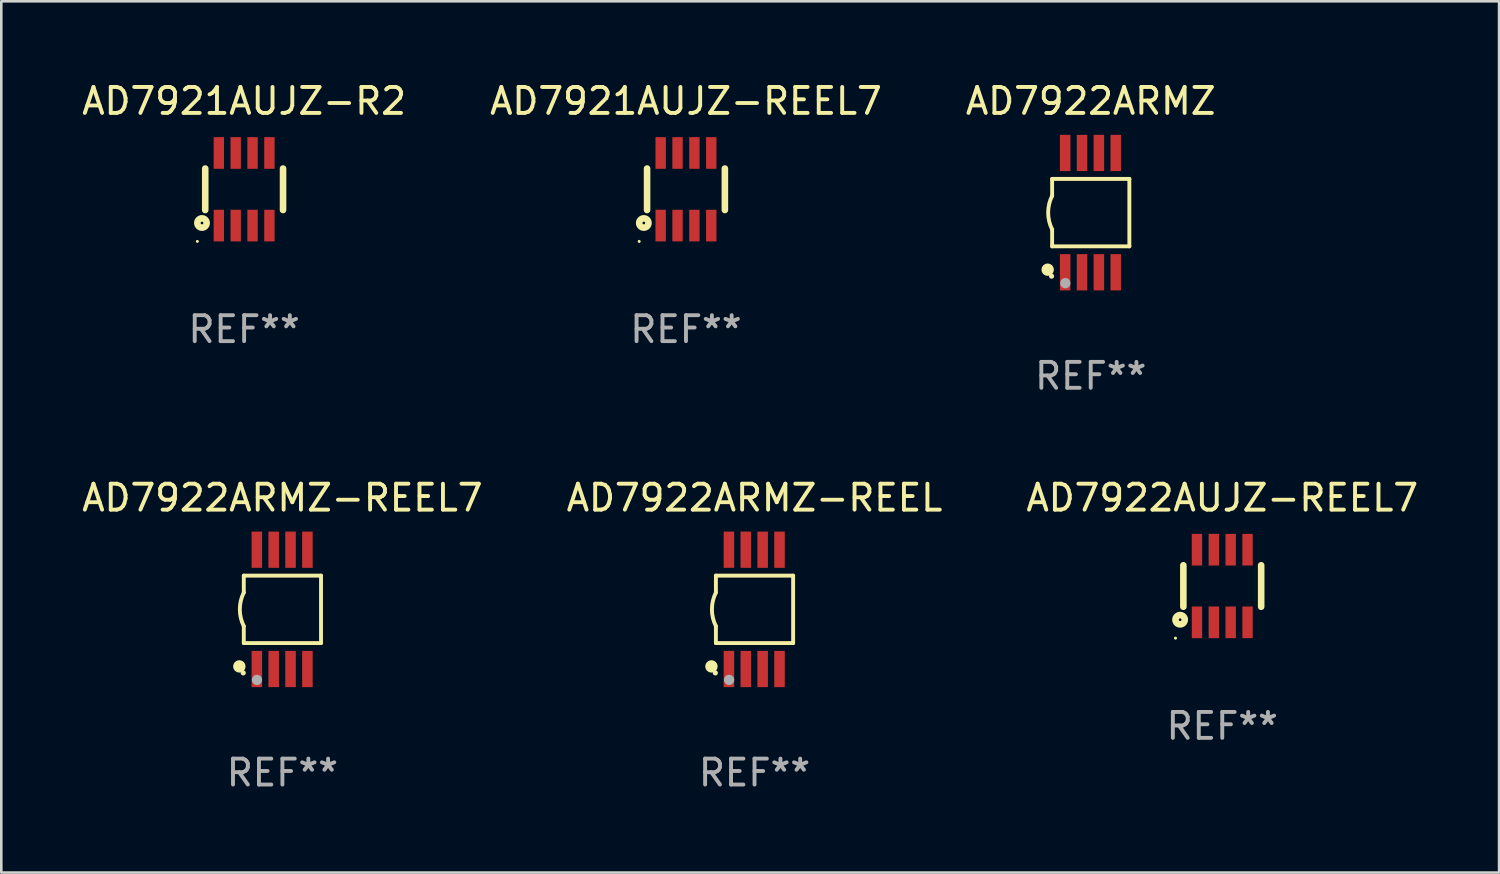
<source format=kicad_pcb>
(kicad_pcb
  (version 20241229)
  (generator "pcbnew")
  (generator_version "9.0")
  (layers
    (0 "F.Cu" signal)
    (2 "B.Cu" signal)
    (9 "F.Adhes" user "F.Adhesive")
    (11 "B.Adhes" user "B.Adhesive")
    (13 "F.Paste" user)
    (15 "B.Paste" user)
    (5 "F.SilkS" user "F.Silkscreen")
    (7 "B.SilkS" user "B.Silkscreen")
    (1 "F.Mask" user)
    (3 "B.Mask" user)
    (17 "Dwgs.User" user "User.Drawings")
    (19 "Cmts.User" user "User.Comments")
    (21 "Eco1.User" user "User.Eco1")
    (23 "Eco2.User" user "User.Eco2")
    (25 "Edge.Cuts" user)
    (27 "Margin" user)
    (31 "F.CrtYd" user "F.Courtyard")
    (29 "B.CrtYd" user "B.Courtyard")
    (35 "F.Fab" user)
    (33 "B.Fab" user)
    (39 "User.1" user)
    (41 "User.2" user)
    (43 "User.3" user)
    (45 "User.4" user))
  (footprint "AD7922ARMZ-REEL7"
    (layer "F.Cu")
    (at 7.839 20.445)
    (property "Reference" "AD7922ARMZ-REEL7" (at 0 -4.3 0) (layer "F.SilkS") (effects (font (size 1 1) (thickness 0.15))))
    (attr through_hole)
    (fp_line (start -1.489 -1.3) (end -1.489 -0.648) (stroke (width 0.15) (type solid)) (layer "F.SilkS"))
    (fp_line (start -1.489 0.648) (end -1.489 1.3) (stroke (width 0.15) (type solid)) (layer "F.SilkS"))
    (fp_line (start -1.489 1.3) (end 1.489 1.3) (stroke (width 0.15) (type solid)) (layer "F.SilkS"))
    (fp_line (start 1.489 -1.3) (end -1.489 -1.3) (stroke (width 0.15) (type solid)) (layer "F.SilkS"))
    (fp_line (start 1.489 1.3) (end 1.489 -1.3) (stroke (width 0.15) (type solid)) (layer "F.SilkS"))
    (fp_arc (start -1.489205 0.647702) (mid -1.642107 0) (end -1.489205 -0.647701) (stroke (width 0.150013) (type solid)) (layer "F.SilkS"))
    (fp_circle (center -1.661 2.2) (end -1.541 2.2) (stroke (width 0.24) (type solid)) (fill no) (layer "F.SilkS"))
    (fp_circle (center -1.511 2.45) (end -1.461 2.45) (stroke (width 0.1) (type solid)) (fill no) (layer "F.SilkS"))
    (fp_circle (center -0.981 2.72) (end -0.881 2.72) (stroke (width 0.2) (type solid)) (fill no) (layer "F.Fab"))
    (fp_text user "REF**" (at 0 6.3 0) (layer "F.Fab") (effects (font (size 1 1) (thickness 0.15))))
    (pad "1" smd rect (at -0.986 2.3) (size 0.406 1.397) (layers "F.Cu" "F.Mask" "F.Paste"))
    (pad "2" smd rect (at -0.336 2.3) (size 0.406 1.397) (layers "F.Cu" "F.Mask" "F.Paste"))
    (pad "3" smd rect (at 0.314 2.3) (size 0.406 1.397) (layers "F.Cu" "F.Mask" "F.Paste"))
    (pad "4" smd rect (at 0.964 2.3) (size 0.406 1.397) (layers "F.Cu" "F.Mask" "F.Paste"))
    (pad "5" smd rect (at 0.964 -2.3) (size 0.406 1.397) (layers "F.Cu" "F.Mask" "F.Paste"))
    (pad "6" smd rect (at 0.314 -2.3) (size 0.406 1.397) (layers "F.Cu" "F.Mask" "F.Paste"))
    (pad "7" smd rect (at -0.336 -2.3) (size 0.406 1.397) (layers "F.Cu" "F.Mask" "F.Paste"))
    (pad "8" smd rect (at -0.986 -2.3) (size 0.406 1.397) (layers "F.Cu" "F.Mask" "F.Paste")))
  (footprint "AD7922ARMZ-REEL"
    (layer "F.Cu")
    (at 26.042 20.445)
    (property "Reference" "AD7922ARMZ-REEL" (at 0 -4.3 0) (layer "F.SilkS") (effects (font (size 1 1) (thickness 0.15))))
    (attr through_hole)
    (fp_line (start -1.489 -1.3) (end -1.489 -0.648) (stroke (width 0.15) (type solid)) (layer "F.SilkS"))
    (fp_line (start -1.489 0.648) (end -1.489 1.3) (stroke (width 0.15) (type solid)) (layer "F.SilkS"))
    (fp_line (start -1.489 1.3) (end 1.489 1.3) (stroke (width 0.15) (type solid)) (layer "F.SilkS"))
    (fp_line (start 1.489 -1.3) (end -1.489 -1.3) (stroke (width 0.15) (type solid)) (layer "F.SilkS"))
    (fp_line (start 1.489 1.3) (end 1.489 -1.3) (stroke (width 0.15) (type solid)) (layer "F.SilkS"))
    (fp_arc (start -1.489205 0.647702) (mid -1.642107 0) (end -1.489205 -0.647701) (stroke (width 0.150013) (type solid)) (layer "F.SilkS"))
    (fp_circle (center -1.661 2.2) (end -1.541 2.2) (stroke (width 0.24) (type solid)) (fill no) (layer "F.SilkS"))
    (fp_circle (center -1.511 2.45) (end -1.461 2.45) (stroke (width 0.1) (type solid)) (fill no) (layer "F.SilkS"))
    (fp_circle (center -0.981 2.72) (end -0.881 2.72) (stroke (width 0.2) (type solid)) (fill no) (layer "F.Fab"))
    (fp_text user "REF**" (at 0 6.3 0) (layer "F.Fab") (effects (font (size 1 1) (thickness 0.15))))
    (pad "1" smd rect (at -0.986 2.3) (size 0.406 1.397) (layers "F.Cu" "F.Mask" "F.Paste"))
    (pad "2" smd rect (at -0.336 2.3) (size 0.406 1.397) (layers "F.Cu" "F.Mask" "F.Paste"))
    (pad "3" smd rect (at 0.314 2.3) (size 0.406 1.397) (layers "F.Cu" "F.Mask" "F.Paste"))
    (pad "4" smd rect (at 0.964 2.3) (size 0.406 1.397) (layers "F.Cu" "F.Mask" "F.Paste"))
    (pad "5" smd rect (at 0.964 -2.3) (size 0.406 1.397) (layers "F.Cu" "F.Mask" "F.Paste"))
    (pad "6" smd rect (at 0.314 -2.3) (size 0.406 1.397) (layers "F.Cu" "F.Mask" "F.Paste"))
    (pad "7" smd rect (at -0.336 -2.3) (size 0.406 1.397) (layers "F.Cu" "F.Mask" "F.Paste"))
    (pad "8" smd rect (at -0.986 -2.3) (size 0.406 1.397) (layers "F.Cu" "F.Mask" "F.Paste")))
  (footprint "AD7921AUJZ-R2"
    (layer "F.Cu")
    (at 6.363 4.248)
    (property "Reference" "AD7921AUJZ-R2" (at 0 -3.4 0) (layer "F.SilkS") (effects (font (size 1 1) (thickness 0.15))))
    (attr through_hole)
    (fp_line (start -1.5 0.8) (end -1.5 -0.8) (stroke (width 0.254) (type solid)) (layer "F.SilkS"))
    (fp_line (start 1.5 -0.8) (end 1.5 0.8) (stroke (width 0.254) (type solid)) (layer "F.SilkS"))
    (fp_circle (center -1.804 2.01) (end -1.774 2.01) (stroke (width 0.06) (type solid)) (fill no) (layer "F.SilkS"))
    (fp_circle (center -1.625 1.3) (end -1.573 1.3) (stroke (width 0.254) (type solid)) (fill no) (layer "F.SilkS"))
    (fp_text user "REF**" (at 0 5.4 0) (layer "F.Fab") (effects (font (size 1 1) (thickness 0.15))))
    (pad "1" smd rect (at -0.975 1.4 180) (size 0.4 1.22) (layers "F.Cu" "F.Mask" "F.Paste"))
    (pad "2" smd rect (at -0.325 1.4 180) (size 0.4 1.22) (layers "F.Cu" "F.Mask" "F.Paste"))
    (pad "3" smd rect (at 0.325 1.4 180) (size 0.4 1.22) (layers "F.Cu" "F.Mask" "F.Paste"))
    (pad "4" smd rect (at 0.975 1.4 180) (size 0.4 1.22) (layers "F.Cu" "F.Mask" "F.Paste"))
    (pad "5" smd rect (at 0.975 -1.4 180) (size 0.4 1.22) (layers "F.Cu" "F.Mask" "F.Paste"))
    (pad "6" smd rect (at 0.325 -1.4 180) (size 0.4 1.22) (layers "F.Cu" "F.Mask" "F.Paste"))
    (pad "7" smd rect (at -0.325 -1.4 180) (size 0.4 1.22) (layers "F.Cu" "F.Mask" "F.Paste"))
    (pad "8" smd rect (at -0.975 -1.4 180) (size 0.4 1.22) (layers "F.Cu" "F.Mask" "F.Paste")))
  (footprint "AD7922AUJZ-REEL7"
    (layer "F.Cu")
    (at 44.077 19.545)
    (property "Reference" "AD7922AUJZ-REEL7" (at 0 -3.4 0) (layer "F.SilkS") (effects (font (size 1 1) (thickness 0.15))))
    (attr through_hole)
    (fp_line (start -1.5 0.8) (end -1.5 -0.8) (stroke (width 0.254) (type solid)) (layer "F.SilkS"))
    (fp_line (start 1.5 -0.8) (end 1.5 0.8) (stroke (width 0.254) (type solid)) (layer "F.SilkS"))
    (fp_circle (center -1.804 2.01) (end -1.774 2.01) (stroke (width 0.06) (type solid)) (fill no) (layer "F.SilkS"))
    (fp_circle (center -1.625 1.3) (end -1.573 1.3) (stroke (width 0.254) (type solid)) (fill no) (layer "F.SilkS"))
    (fp_text user "REF**" (at 0 5.4 0) (layer "F.Fab") (effects (font (size 1 1) (thickness 0.15))))
    (pad "1" smd rect (at -0.975 1.4 180) (size 0.4 1.22) (layers "F.Cu" "F.Mask" "F.Paste"))
    (pad "2" smd rect (at -0.325 1.4 180) (size 0.4 1.22) (layers "F.Cu" "F.Mask" "F.Paste"))
    (pad "3" smd rect (at 0.325 1.4 180) (size 0.4 1.22) (layers "F.Cu" "F.Mask" "F.Paste"))
    (pad "4" smd rect (at 0.975 1.4 180) (size 0.4 1.22) (layers "F.Cu" "F.Mask" "F.Paste"))
    (pad "5" smd rect (at 0.975 -1.4 180) (size 0.4 1.22) (layers "F.Cu" "F.Mask" "F.Paste"))
    (pad "6" smd rect (at 0.325 -1.4 180) (size 0.4 1.22) (layers "F.Cu" "F.Mask" "F.Paste"))
    (pad "7" smd rect (at -0.325 -1.4 180) (size 0.4 1.22) (layers "F.Cu" "F.Mask" "F.Paste"))
    (pad "8" smd rect (at -0.975 -1.4 180) (size 0.4 1.22) (layers "F.Cu" "F.Mask" "F.Paste")))
  (footprint "AD7922ARMZ"
    (layer "F.Cu")
    (at 39.006 5.148)
    (property "Reference" "AD7922ARMZ" (at 0 -4.3 0) (layer "F.SilkS") (effects (font (size 1 1) (thickness 0.15))))
    (attr through_hole)
    (fp_line (start -1.489 -1.3) (end -1.489 -0.648) (stroke (width 0.15) (type solid)) (layer "F.SilkS"))
    (fp_line (start -1.489 0.648) (end -1.489 1.3) (stroke (width 0.15) (type solid)) (layer "F.SilkS"))
    (fp_line (start -1.489 1.3) (end 1.489 1.3) (stroke (width 0.15) (type solid)) (layer "F.SilkS"))
    (fp_line (start 1.489 -1.3) (end -1.489 -1.3) (stroke (width 0.15) (type solid)) (layer "F.SilkS"))
    (fp_line (start 1.489 1.3) (end 1.489 -1.3) (stroke (width 0.15) (type solid)) (layer "F.SilkS"))
    (fp_arc (start -1.489205 0.647702) (mid -1.642107 0) (end -1.489205 -0.647701) (stroke (width 0.150013) (type solid)) (layer "F.SilkS"))
    (fp_circle (center -1.661 2.2) (end -1.541 2.2) (stroke (width 0.24) (type solid)) (fill no) (layer "F.SilkS"))
    (fp_circle (center -1.511 2.45) (end -1.461 2.45) (stroke (width 0.1) (type solid)) (fill no) (layer "F.SilkS"))
    (fp_circle (center -0.981 2.72) (end -0.881 2.72) (stroke (width 0.2) (type solid)) (fill no) (layer "F.Fab"))
    (fp_text user "REF**" (at 0 6.3 0) (layer "F.Fab") (effects (font (size 1 1) (thickness 0.15))))
    (pad "1" smd rect (at -0.986 2.3) (size 0.406 1.397) (layers "F.Cu" "F.Mask" "F.Paste"))
    (pad "2" smd rect (at -0.336 2.3) (size 0.406 1.397) (layers "F.Cu" "F.Mask" "F.Paste"))
    (pad "3" smd rect (at 0.314 2.3) (size 0.406 1.397) (layers "F.Cu" "F.Mask" "F.Paste"))
    (pad "4" smd rect (at 0.964 2.3) (size 0.406 1.397) (layers "F.Cu" "F.Mask" "F.Paste"))
    (pad "5" smd rect (at 0.964 -2.3) (size 0.406 1.397) (layers "F.Cu" "F.Mask" "F.Paste"))
    (pad "6" smd rect (at 0.314 -2.3) (size 0.406 1.397) (layers "F.Cu" "F.Mask" "F.Paste"))
    (pad "7" smd rect (at -0.336 -2.3) (size 0.406 1.397) (layers "F.Cu" "F.Mask" "F.Paste"))
    (pad "8" smd rect (at -0.986 -2.3) (size 0.406 1.397) (layers "F.Cu" "F.Mask" "F.Paste")))
  (footprint "AD7921AUJZ-REEL7"
    (layer "F.Cu")
    (at 23.399 4.248)
    (property "Reference" "AD7921AUJZ-REEL7" (at 0 -3.4 0) (layer "F.SilkS") (effects (font (size 1 1) (thickness 0.15))))
    (attr through_hole)
    (fp_line (start -1.5 0.8) (end -1.5 -0.8) (stroke (width 0.254) (type solid)) (layer "F.SilkS"))
    (fp_line (start 1.5 -0.8) (end 1.5 0.8) (stroke (width 0.254) (type solid)) (layer "F.SilkS"))
    (fp_circle (center -1.804 2.01) (end -1.774 2.01) (stroke (width 0.06) (type solid)) (fill no) (layer "F.SilkS"))
    (fp_circle (center -1.625 1.3) (end -1.573 1.3) (stroke (width 0.254) (type solid)) (fill no) (layer "F.SilkS"))
    (fp_text user "REF**" (at 0 5.4 0) (layer "F.Fab") (effects (font (size 1 1) (thickness 0.15))))
    (pad "1" smd rect (at -0.975 1.4 180) (size 0.4 1.22) (layers "F.Cu" "F.Mask" "F.Paste"))
    (pad "2" smd rect (at -0.325 1.4 180) (size 0.4 1.22) (layers "F.Cu" "F.Mask" "F.Paste"))
    (pad "3" smd rect (at 0.325 1.4 180) (size 0.4 1.22) (layers "F.Cu" "F.Mask" "F.Paste"))
    (pad "4" smd rect (at 0.975 1.4 180) (size 0.4 1.22) (layers "F.Cu" "F.Mask" "F.Paste"))
    (pad "5" smd rect (at 0.975 -1.4 180) (size 0.4 1.22) (layers "F.Cu" "F.Mask" "F.Paste"))
    (pad "6" smd rect (at 0.325 -1.4 180) (size 0.4 1.22) (layers "F.Cu" "F.Mask" "F.Paste"))
    (pad "7" smd rect (at -0.325 -1.4 180) (size 0.4 1.22) (layers "F.Cu" "F.Mask" "F.Paste"))
    (pad "8" smd rect (at -0.975 -1.4 180) (size 0.4 1.22) (layers "F.Cu" "F.Mask" "F.Paste")))
  (gr_rect
    (start -3 -3)
    (end 54.75 30.593)
    (stroke (width 0.1) (type default))
    (fill no)
    (layer "Edge.Cuts")))
</source>
